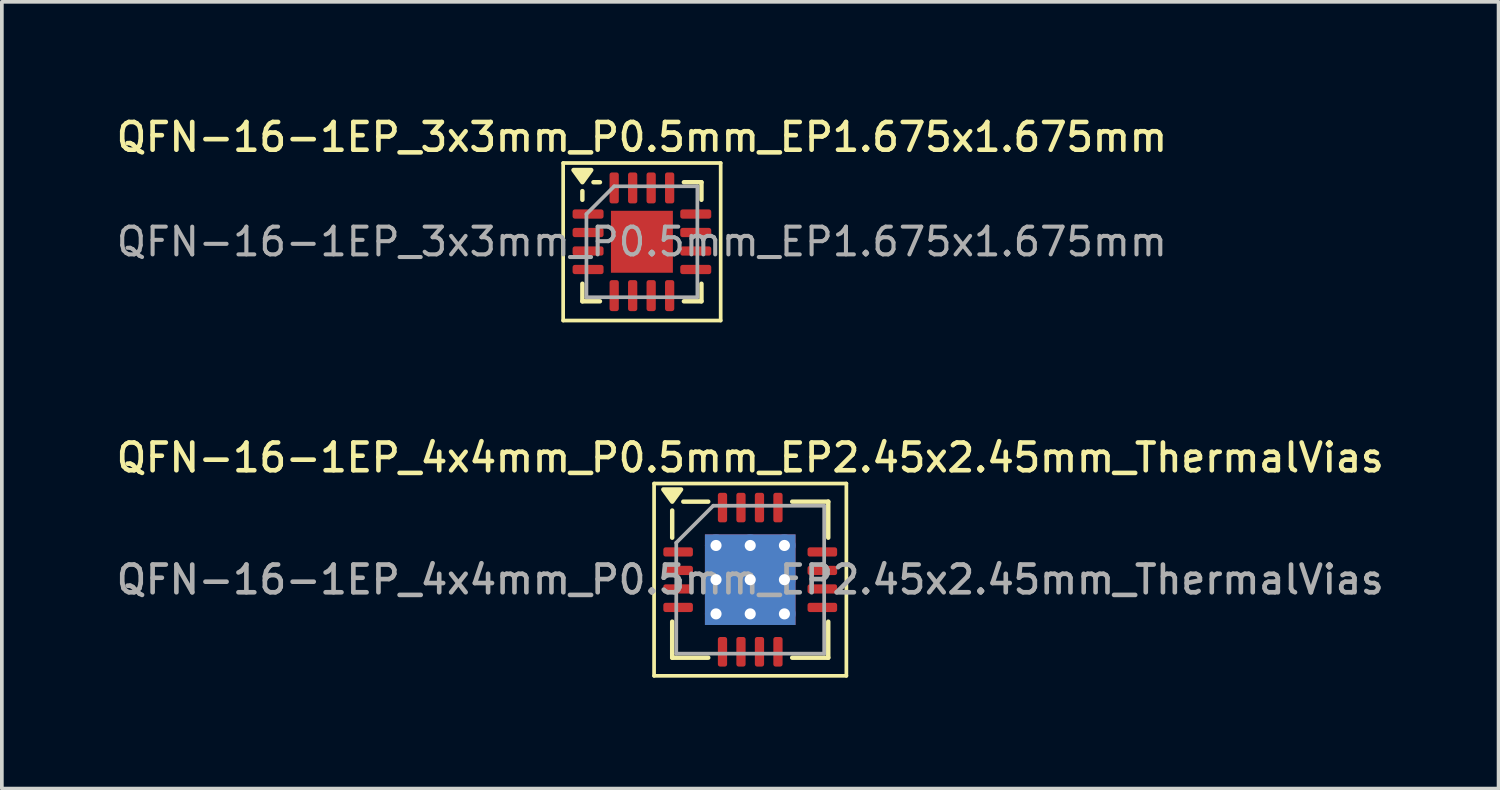
<source format=kicad_pcb>
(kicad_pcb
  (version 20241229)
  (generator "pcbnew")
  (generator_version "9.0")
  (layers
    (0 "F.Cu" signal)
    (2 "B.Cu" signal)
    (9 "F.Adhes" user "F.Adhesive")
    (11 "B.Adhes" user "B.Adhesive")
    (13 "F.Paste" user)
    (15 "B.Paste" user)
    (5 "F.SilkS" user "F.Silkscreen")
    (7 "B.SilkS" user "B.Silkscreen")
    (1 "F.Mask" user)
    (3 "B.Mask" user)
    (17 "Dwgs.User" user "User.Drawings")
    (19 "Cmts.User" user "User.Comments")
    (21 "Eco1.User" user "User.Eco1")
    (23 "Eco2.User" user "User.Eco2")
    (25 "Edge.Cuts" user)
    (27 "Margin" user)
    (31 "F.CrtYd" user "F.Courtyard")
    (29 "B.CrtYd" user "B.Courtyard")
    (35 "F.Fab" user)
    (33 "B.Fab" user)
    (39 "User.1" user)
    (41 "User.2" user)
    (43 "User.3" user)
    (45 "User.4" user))
  (footprint "QFN-16-1EP_3x3mm_P0.5mm_EP1.675x1.675mm"
    (layer "F.Cu")
    (at 14.309 3.488)
    (property "Reference" "QFN-16-1EP_3x3mm_P0.5mm_EP1.675x1.675mm" (at 0 -2.83 0) (layer "F.SilkS") (effects (font (size 0.75 0.75) (thickness 0.125))))
    (attr smd)
    (fp_line (start -2.13 -2.13) (end -2.13 2.13) (stroke (width 0.1) (type solid)) (layer "F.SilkS"))
    (fp_line (start -2.13 2.13) (end 2.13 2.13) (stroke (width 0.1) (type solid)) (layer "F.SilkS"))
    (fp_line (start -1.61 -1.135) (end -1.61 -1.37) (stroke (width 0.12) (type solid)) (layer "F.SilkS"))
    (fp_line (start -1.61 1.61) (end -1.61 1.135) (stroke (width 0.12) (type solid)) (layer "F.SilkS"))
    (fp_line (start -1.135 -1.61) (end -1.31 -1.61) (stroke (width 0.12) (type solid)) (layer "F.SilkS"))
    (fp_line (start -1.135 1.61) (end -1.61 1.61) (stroke (width 0.12) (type solid)) (layer "F.SilkS"))
    (fp_line (start 1.135 -1.61) (end 1.61 -1.61) (stroke (width 0.12) (type solid)) (layer "F.SilkS"))
    (fp_line (start 1.135 1.61) (end 1.61 1.61) (stroke (width 0.12) (type solid)) (layer "F.SilkS"))
    (fp_line (start 1.61 -1.61) (end 1.61 -1.135) (stroke (width 0.12) (type solid)) (layer "F.SilkS"))
    (fp_line (start 1.61 1.61) (end 1.61 1.135) (stroke (width 0.12) (type solid)) (layer "F.SilkS"))
    (fp_line (start 2.13 -2.13) (end -2.13 -2.13) (stroke (width 0.1) (type solid)) (layer "F.SilkS"))
    (fp_line (start 2.13 2.13) (end 2.13 -2.13) (stroke (width 0.1) (type solid)) (layer "F.SilkS"))
    (fp_poly (pts (xy -1.61 -1.61) (xy -1.85 -1.94) (xy -1.37 -1.94) (xy -1.61 -1.61)) (stroke (width 0.12) (type solid)) (fill yes) (layer "F.SilkS"))
    (fp_line (start -1.5 -0.75) (end -0.75 -1.5) (stroke (width 0.1) (type solid)) (layer "F.Fab"))
    (fp_line (start -1.5 1.5) (end -1.5 -0.75) (stroke (width 0.1) (type solid)) (layer "F.Fab"))
    (fp_line (start -0.75 -1.5) (end 1.5 -1.5) (stroke (width 0.1) (type solid)) (layer "F.Fab"))
    (fp_line (start 1.5 -1.5) (end 1.5 1.5) (stroke (width 0.1) (type solid)) (layer "F.Fab"))
    (fp_line (start 1.5 1.5) (end -1.5 1.5) (stroke (width 0.1) (type solid)) (layer "F.Fab"))
    (fp_text user "${REFERENCE}" (at 0 0 0) (layer "F.Fab") (effects (font (size 0.75 0.75) (thickness 0.11))))
    (pad "" smd roundrect (at 0 0) (size 1.35 1.35) (layers "F.Paste") (roundrect_rratio 0.185))
    (pad "1" smd roundrect (at -1.456 -0.75) (size 0.838 0.25) (layers "F.Cu" "F.Mask" "F.Paste") (roundrect_rratio 0.25))
    (pad "2" smd roundrect (at -1.456 -0.25) (size 0.838 0.25) (layers "F.Cu" "F.Mask" "F.Paste") (roundrect_rratio 0.25))
    (pad "3" smd roundrect (at -1.456 0.25) (size 0.838 0.25) (layers "F.Cu" "F.Mask" "F.Paste") (roundrect_rratio 0.25))
    (pad "4" smd roundrect (at -1.456 0.75) (size 0.838 0.25) (layers "F.Cu" "F.Mask" "F.Paste") (roundrect_rratio 0.25))
    (pad "5" smd roundrect (at -0.75 1.456) (size 0.25 0.838) (layers "F.Cu" "F.Mask" "F.Paste") (roundrect_rratio 0.25))
    (pad "6" smd roundrect (at -0.25 1.456) (size 0.25 0.838) (layers "F.Cu" "F.Mask" "F.Paste") (roundrect_rratio 0.25))
    (pad "7" smd roundrect (at 0.25 1.456) (size 0.25 0.838) (layers "F.Cu" "F.Mask" "F.Paste") (roundrect_rratio 0.25))
    (pad "8" smd roundrect (at 0.75 1.456) (size 0.25 0.838) (layers "F.Cu" "F.Mask" "F.Paste") (roundrect_rratio 0.25))
    (pad "9" smd roundrect (at 1.456 0.75) (size 0.838 0.25) (layers "F.Cu" "F.Mask" "F.Paste") (roundrect_rratio 0.25))
    (pad "10" smd roundrect (at 1.456 0.25) (size 0.838 0.25) (layers "F.Cu" "F.Mask" "F.Paste") (roundrect_rratio 0.25))
    (pad "11" smd roundrect (at 1.456 -0.25) (size 0.838 0.25) (layers "F.Cu" "F.Mask" "F.Paste") (roundrect_rratio 0.25))
    (pad "12" smd roundrect (at 1.456 -0.75) (size 0.838 0.25) (layers "F.Cu" "F.Mask" "F.Paste") (roundrect_rratio 0.25))
    (pad "13" smd roundrect (at 0.75 -1.456) (size 0.25 0.838) (layers "F.Cu" "F.Mask" "F.Paste") (roundrect_rratio 0.25))
    (pad "14" smd roundrect (at 0.25 -1.456) (size 0.25 0.838) (layers "F.Cu" "F.Mask" "F.Paste") (roundrect_rratio 0.25))
    (pad "15" smd roundrect (at -0.25 -1.456) (size 0.25 0.838) (layers "F.Cu" "F.Mask" "F.Paste") (roundrect_rratio 0.25))
    (pad "16" smd roundrect (at -0.75 -1.456) (size 0.25 0.838) (layers "F.Cu" "F.Mask" "F.Paste") (roundrect_rratio 0.25))
    (pad "17" smd rect (at 0 0) (size 1.675 1.675) (property pad_prop_heatsink) (layers "F.Cu" "F.Mask")))
  (footprint "QFN-16-1EP_4x4mm_P0.5mm_EP2.45x2.45mm_ThermalVias"
    (layer "F.Cu")
    (at 17.238 12.626)
    (property "Reference" "QFN-16-1EP_4x4mm_P0.5mm_EP2.45x2.45mm_ThermalVias" (at 0 -3.3 0) (layer "F.SilkS") (effects (font (size 0.75 0.75) (thickness 0.125))))
    (attr smd)
    (fp_line (start -2.6 -2.6) (end -2.6 2.6) (stroke (width 0.1) (type solid)) (layer "F.SilkS"))
    (fp_line (start -2.6 2.6) (end 2.6 2.6) (stroke (width 0.1) (type solid)) (layer "F.SilkS"))
    (fp_line (start -2.11 -1.135) (end -2.11 -1.87) (stroke (width 0.12) (type solid)) (layer "F.SilkS"))
    (fp_line (start -2.11 2.11) (end -2.11 1.135) (stroke (width 0.12) (type solid)) (layer "F.SilkS"))
    (fp_line (start -1.135 -2.11) (end -1.81 -2.11) (stroke (width 0.12) (type solid)) (layer "F.SilkS"))
    (fp_line (start -1.135 2.11) (end -2.11 2.11) (stroke (width 0.12) (type solid)) (layer "F.SilkS"))
    (fp_line (start 1.135 -2.11) (end 2.11 -2.11) (stroke (width 0.12) (type solid)) (layer "F.SilkS"))
    (fp_line (start 1.135 2.11) (end 2.11 2.11) (stroke (width 0.12) (type solid)) (layer "F.SilkS"))
    (fp_line (start 2.11 -2.11) (end 2.11 -1.135) (stroke (width 0.12) (type solid)) (layer "F.SilkS"))
    (fp_line (start 2.11 2.11) (end 2.11 1.135) (stroke (width 0.12) (type solid)) (layer "F.SilkS"))
    (fp_line (start 2.6 -2.6) (end -2.6 -2.6) (stroke (width 0.1) (type solid)) (layer "F.SilkS"))
    (fp_line (start 2.6 2.6) (end 2.6 -2.6) (stroke (width 0.1) (type solid)) (layer "F.SilkS"))
    (fp_poly (pts (xy -2.11 -2.11) (xy -2.35 -2.44) (xy -1.87 -2.44) (xy -2.11 -2.11)) (stroke (width 0.12) (type solid)) (fill yes) (layer "F.SilkS"))
    (fp_line (start -2 -1) (end -1 -2) (stroke (width 0.1) (type solid)) (layer "F.Fab"))
    (fp_line (start -2 2) (end -2 -1) (stroke (width 0.1) (type solid)) (layer "F.Fab"))
    (fp_line (start -1 -2) (end 2 -2) (stroke (width 0.1) (type solid)) (layer "F.Fab"))
    (fp_line (start 2 -2) (end 2 2) (stroke (width 0.1) (type solid)) (layer "F.Fab"))
    (fp_line (start 2 2) (end -2 2) (stroke (width 0.1) (type solid)) (layer "F.Fab"))
    (fp_text user "${REFERENCE}" (at 0 0 0) (layer "F.Fab") (effects (font (size 0.75 0.75) (thickness 0.125))))
    (pad "" smd roundrect (at -0.61 -0.61) (size 1.06 1.06) (layers "F.Paste") (roundrect_rratio 0.236))
    (pad "" smd roundrect (at -0.61 0.61) (size 1.06 1.06) (layers "F.Paste") (roundrect_rratio 0.236))
    (pad "" smd roundrect (at 0.61 -0.61) (size 1.06 1.06) (layers "F.Paste") (roundrect_rratio 0.236))
    (pad "" smd roundrect (at 0.61 0.61) (size 1.06 1.06) (layers "F.Paste") (roundrect_rratio 0.236))
    (pad "1" smd roundrect (at -1.95 -0.75) (size 0.8 0.25) (layers "F.Cu" "F.Mask" "F.Paste") (roundrect_rratio 0.25))
    (pad "2" smd roundrect (at -1.95 -0.25) (size 0.8 0.25) (layers "F.Cu" "F.Mask" "F.Paste") (roundrect_rratio 0.25))
    (pad "3" smd roundrect (at -1.95 0.25) (size 0.8 0.25) (layers "F.Cu" "F.Mask" "F.Paste") (roundrect_rratio 0.25))
    (pad "4" smd roundrect (at -1.95 0.75) (size 0.8 0.25) (layers "F.Cu" "F.Mask" "F.Paste") (roundrect_rratio 0.25))
    (pad "5" smd roundrect (at -0.75 1.95) (size 0.25 0.8) (layers "F.Cu" "F.Mask" "F.Paste") (roundrect_rratio 0.25))
    (pad "6" smd roundrect (at -0.25 1.95) (size 0.25 0.8) (layers "F.Cu" "F.Mask" "F.Paste") (roundrect_rratio 0.25))
    (pad "7" smd roundrect (at 0.25 1.95) (size 0.25 0.8) (layers "F.Cu" "F.Mask" "F.Paste") (roundrect_rratio 0.25))
    (pad "8" smd roundrect (at 0.75 1.95) (size 0.25 0.8) (layers "F.Cu" "F.Mask" "F.Paste") (roundrect_rratio 0.25))
    (pad "9" smd roundrect (at 1.95 0.75) (size 0.8 0.25) (layers "F.Cu" "F.Mask" "F.Paste") (roundrect_rratio 0.25))
    (pad "10" smd roundrect (at 1.95 0.25) (size 0.8 0.25) (layers "F.Cu" "F.Mask" "F.Paste") (roundrect_rratio 0.25))
    (pad "11" smd roundrect (at 1.95 -0.25) (size 0.8 0.25) (layers "F.Cu" "F.Mask" "F.Paste") (roundrect_rratio 0.25))
    (pad "12" smd roundrect (at 1.95 -0.75) (size 0.8 0.25) (layers "F.Cu" "F.Mask" "F.Paste") (roundrect_rratio 0.25))
    (pad "13" smd roundrect (at 0.75 -1.95) (size 0.25 0.8) (layers "F.Cu" "F.Mask" "F.Paste") (roundrect_rratio 0.25))
    (pad "14" smd roundrect (at 0.25 -1.95) (size 0.25 0.8) (layers "F.Cu" "F.Mask" "F.Paste") (roundrect_rratio 0.25))
    (pad "15" smd roundrect (at -0.25 -1.95) (size 0.25 0.8) (layers "F.Cu" "F.Mask" "F.Paste") (roundrect_rratio 0.25))
    (pad "16" smd roundrect (at -0.75 -1.95) (size 0.25 0.8) (layers "F.Cu" "F.Mask" "F.Paste") (roundrect_rratio 0.25))
    (pad "17" thru_hole circle (at -0.925 -0.925) (size 0.6 0.6) (drill 0.3) (property pad_prop_heatsink) (layers "*.Cu"))
    (pad "17" thru_hole circle (at -0.925 0) (size 0.6 0.6) (drill 0.3) (property pad_prop_heatsink) (layers "*.Cu"))
    (pad "17" thru_hole circle (at -0.925 0.925) (size 0.6 0.6) (drill 0.3) (property pad_prop_heatsink) (layers "*.Cu"))
    (pad "17" thru_hole circle (at 0 -0.925) (size 0.6 0.6) (drill 0.3) (property pad_prop_heatsink) (layers "*.Cu"))
    (pad "17" thru_hole circle (at 0 0) (size 0.6 0.6) (drill 0.3) (property pad_prop_heatsink) (layers "*.Cu"))
    (pad "17" smd rect (at 0 0) (size 2.45 2.45) (property pad_prop_heatsink) (layers "F.Cu" "F.Mask"))
    (pad "17" smd rect (at 0 0) (size 2.45 2.45) (property pad_prop_heatsink) (layers "B.Cu"))
    (pad "17" thru_hole circle (at 0 0.925) (size 0.6 0.6) (drill 0.3) (property pad_prop_heatsink) (layers "*.Cu"))
    (pad "17" thru_hole circle (at 0.925 -0.925) (size 0.6 0.6) (drill 0.3) (property pad_prop_heatsink) (layers "*.Cu"))
    (pad "17" thru_hole circle (at 0.925 0) (size 0.6 0.6) (drill 0.3) (property pad_prop_heatsink) (layers "*.Cu"))
    (pad "17" thru_hole circle (at 0.925 0.925) (size 0.6 0.6) (drill 0.3) (property pad_prop_heatsink) (layers "*.Cu")))
  (gr_rect
    (start -3 -3)
    (end 37.475 18.276)
    (stroke (width 0.1) (type default))
    (fill no)
    (layer "Edge.Cuts")))
</source>
